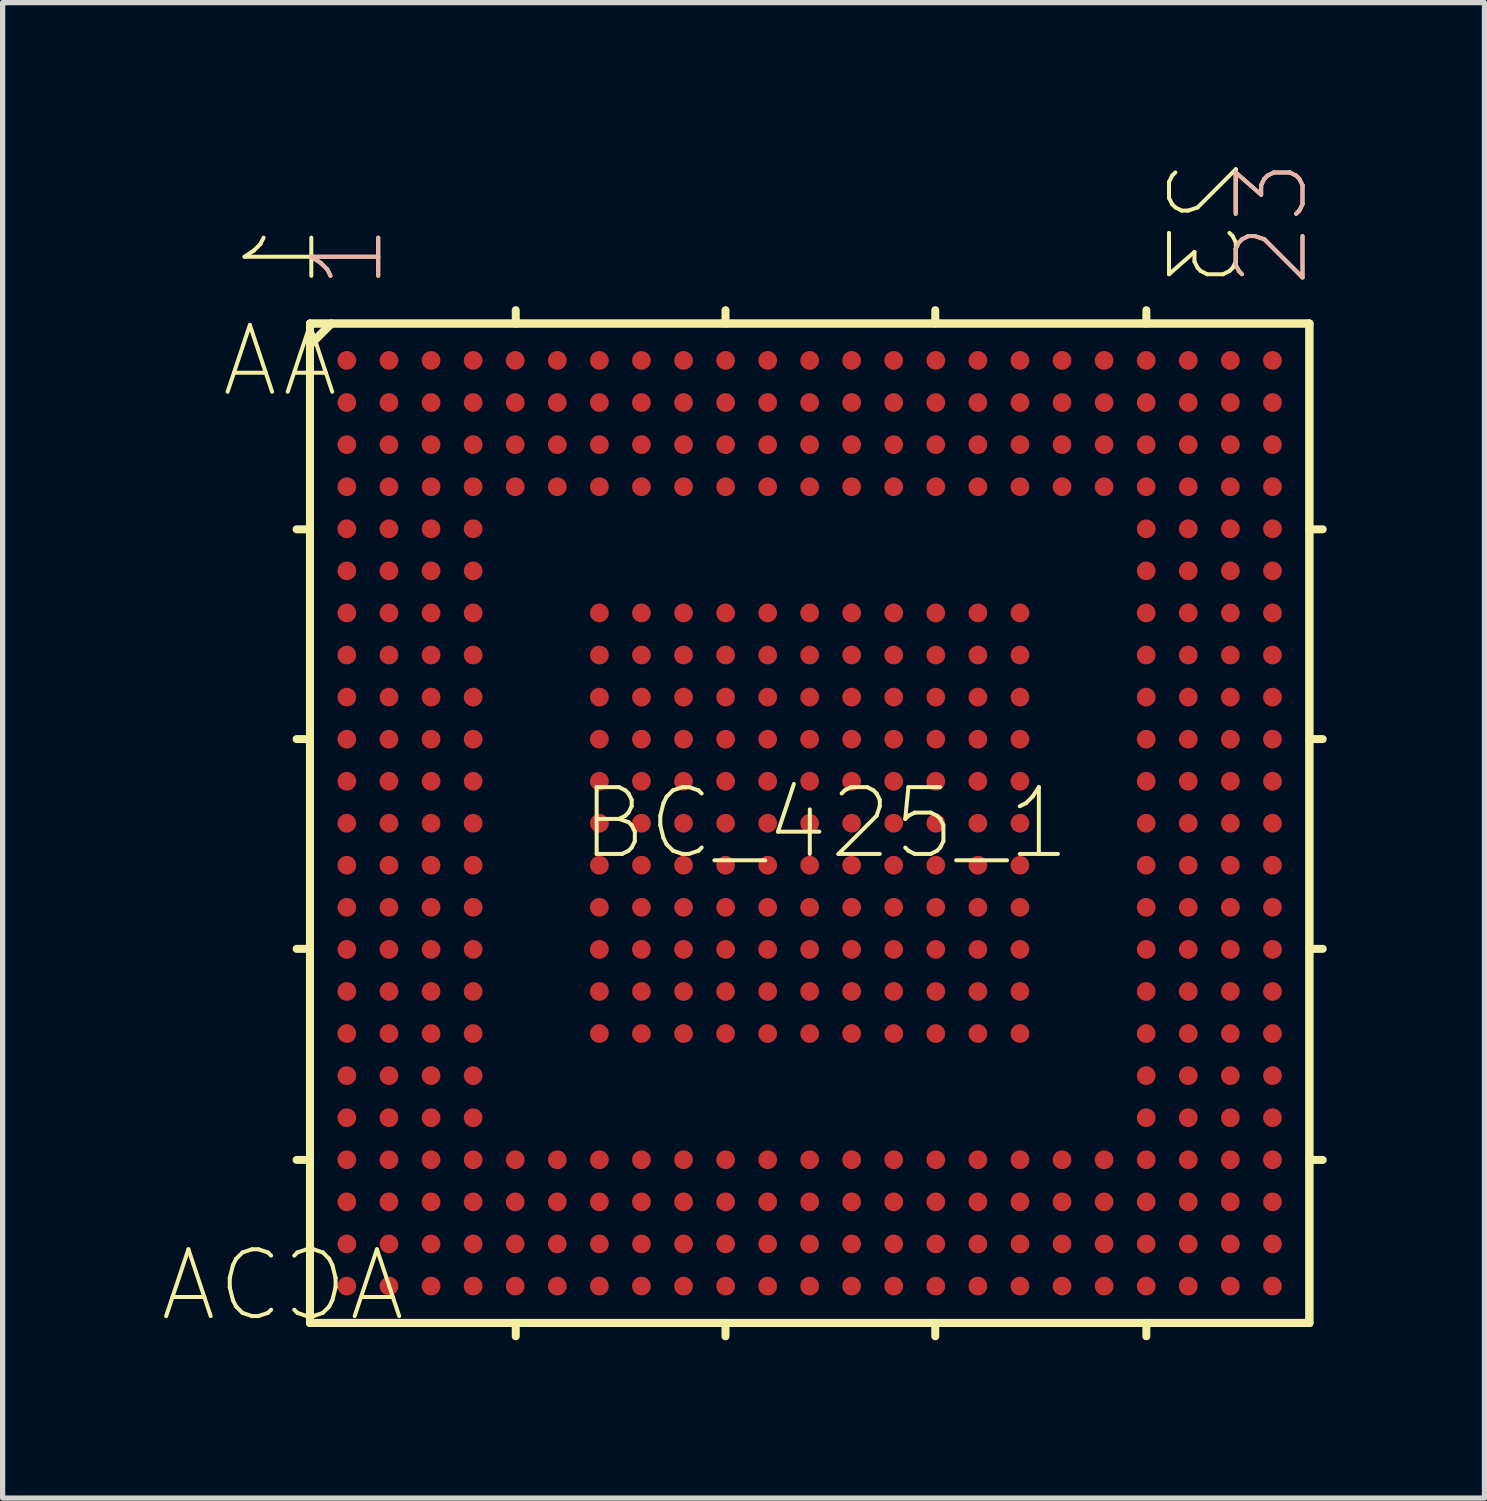
<source format=kicad_pcb>
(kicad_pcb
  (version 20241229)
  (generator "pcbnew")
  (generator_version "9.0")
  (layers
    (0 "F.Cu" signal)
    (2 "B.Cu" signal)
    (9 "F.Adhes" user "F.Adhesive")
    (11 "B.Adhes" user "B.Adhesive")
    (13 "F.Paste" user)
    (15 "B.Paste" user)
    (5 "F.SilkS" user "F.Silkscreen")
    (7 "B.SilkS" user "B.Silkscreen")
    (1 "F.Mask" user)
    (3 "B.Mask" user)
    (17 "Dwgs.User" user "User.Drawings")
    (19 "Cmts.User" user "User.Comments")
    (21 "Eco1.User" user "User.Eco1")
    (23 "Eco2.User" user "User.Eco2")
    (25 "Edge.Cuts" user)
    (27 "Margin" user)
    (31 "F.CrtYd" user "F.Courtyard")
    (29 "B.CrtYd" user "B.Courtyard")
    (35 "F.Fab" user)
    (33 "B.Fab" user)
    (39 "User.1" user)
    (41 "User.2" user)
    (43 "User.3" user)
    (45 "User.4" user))
  (footprint "BC_425_1"
    (layer "F.Cu")
    (at 12.343 12.601)
    (property "Reference" "BC_425_1" (at 0.305 0 0) (layer "F.SilkS") (effects (font (size 1.27 1.27) (thickness 0.076))))
    (attr smd)
    (fp_line (start -9.5 -9.5) (end -9.5 9.5) (stroke (width 0.152) (type solid)) (layer "F.SilkS"))
    (fp_line (start -9.5 -9.5) (end -9.5 9.5) (stroke (width 0.152) (type solid)) (layer "F.SilkS"))
    (fp_line (start -9.5 -5.588) (end -9.754 -5.588) (stroke (width 0.152) (type solid)) (layer "F.SilkS"))
    (fp_line (start -9.5 -1.6) (end -9.754 -1.6) (stroke (width 0.152) (type solid)) (layer "F.SilkS"))
    (fp_line (start -9.5 2.388) (end -9.754 2.388) (stroke (width 0.152) (type solid)) (layer "F.SilkS"))
    (fp_line (start -9.5 6.401) (end -9.754 6.401) (stroke (width 0.152) (type solid)) (layer "F.SilkS"))
    (fp_line (start -9.5 9.5) (end 9.5 9.5) (stroke (width 0.152) (type solid)) (layer "F.SilkS"))
    (fp_line (start -9.5 9.5) (end 9.5 9.5) (stroke (width 0.152) (type solid)) (layer "F.SilkS"))
    (fp_line (start -9.093 -9.5) (end -9.5 -9.093) (stroke (width 0.152) (type solid)) (layer "F.SilkS"))
    (fp_line (start -9.093 -9.5) (end -9.5 -9.093) (stroke (width 0.152) (type solid)) (layer "F.SilkS"))
    (fp_line (start -5.588 -9.5) (end -5.588 -9.754) (stroke (width 0.152) (type solid)) (layer "F.SilkS"))
    (fp_line (start -5.588 9.5) (end -5.588 9.754) (stroke (width 0.152) (type solid)) (layer "F.SilkS"))
    (fp_line (start -1.6 -9.5) (end -1.6 -9.754) (stroke (width 0.152) (type solid)) (layer "F.SilkS"))
    (fp_line (start -1.6 9.5) (end -1.6 9.754) (stroke (width 0.152) (type solid)) (layer "F.SilkS"))
    (fp_line (start 2.388 -9.5) (end 2.388 -9.754) (stroke (width 0.152) (type solid)) (layer "F.SilkS"))
    (fp_line (start 2.388 9.5) (end 2.388 9.754) (stroke (width 0.152) (type solid)) (layer "F.SilkS"))
    (fp_line (start 6.401 -9.5) (end 6.401 -9.754) (stroke (width 0.152) (type solid)) (layer "F.SilkS"))
    (fp_line (start 6.401 9.5) (end 6.401 9.754) (stroke (width 0.152) (type solid)) (layer "F.SilkS"))
    (fp_line (start 9.5 -9.5) (end -9.5 -9.5) (stroke (width 0.152) (type solid)) (layer "F.SilkS"))
    (fp_line (start 9.5 -9.5) (end -9.5 -9.5) (stroke (width 0.152) (type solid)) (layer "F.SilkS"))
    (fp_line (start 9.5 -5.588) (end 9.754 -5.588) (stroke (width 0.152) (type solid)) (layer "F.SilkS"))
    (fp_line (start 9.5 -1.6) (end 9.754 -1.6) (stroke (width 0.152) (type solid)) (layer "F.SilkS"))
    (fp_line (start 9.5 2.388) (end 9.754 2.388) (stroke (width 0.152) (type solid)) (layer "F.SilkS"))
    (fp_line (start 9.5 6.401) (end 9.754 6.401) (stroke (width 0.152) (type solid)) (layer "F.SilkS"))
    (fp_line (start 9.5 9.5) (end 9.5 -9.5) (stroke (width 0.152) (type solid)) (layer "F.SilkS"))
    (fp_line (start 9.5 9.5) (end 9.5 -9.5) (stroke (width 0.152) (type solid)) (layer "F.SilkS"))
    (fp_text user "23" (at 8.786 -11.405 90) (layer "F.SilkS") (effects (font (size 1.27 1.27) (thickness 0.076))))
    (fp_text user "A" (at -10.643 -8.786 0) (layer "F.SilkS") (effects (font (size 1.27 1.27) (thickness 0.076))))
    (fp_text user "A" (at -9.5 -8.786 0) (layer "F.SilkS") (effects (font (size 1.27 1.27) (thickness 0.076)) (justify mirror)))
    (fp_text user "AC" (at -8.862 8.786 0) (layer "F.SilkS") (effects (font (size 1.27 1.27) (thickness 0.076)) (justify mirror)))
    (fp_text user "1" (at -10.058 -10.77 90) (layer "F.SilkS") (effects (font (size 1.27 1.27) (thickness 0.076)) (justify mirror)))
    (fp_text user "23" (at 7.518 -11.405 90) (layer "F.SilkS") (effects (font (size 1.27 1.27) (thickness 0.076)) (justify mirror)))
    (fp_text user "AC" (at -11.176 8.786 0) (layer "F.SilkS") (effects (font (size 1.27 1.27) (thickness 0.076))))
    (fp_text user "1" (at -8.786 -10.77 90) (layer "F.SilkS") (effects (font (size 1.27 1.27) (thickness 0.076))))
    (fp_text user "23" (at 8.786 -11.405 90) (layer "B.SilkS") (effects (font (size 1.27 1.27) (thickness 0.076))))
    (fp_text user "1" (at -8.786 -10.77 90) (layer "B.SilkS") (effects (font (size 1.27 1.27) (thickness 0.076))))
    (pad "A1" smd circle (at -8.799 -8.799) (size 0.356 0.356) (layers "F.Cu" "F.Mask" "F.Paste"))
    (pad "A2" smd circle (at -7.998 -8.799) (size 0.356 0.356) (layers "F.Cu" "F.Mask" "F.Paste"))
    (pad "A3" smd circle (at -7.198 -8.799) (size 0.356 0.356) (layers "F.Cu" "F.Mask" "F.Paste"))
    (pad "A4" smd circle (at -6.398 -8.799) (size 0.356 0.356) (layers "F.Cu" "F.Mask" "F.Paste"))
    (pad "A5" smd circle (at -5.598 -8.799) (size 0.356 0.356) (layers "F.Cu" "F.Mask" "F.Paste"))
    (pad "A6" smd circle (at -4.798 -8.799) (size 0.356 0.356) (layers "F.Cu" "F.Mask" "F.Paste"))
    (pad "A7" smd circle (at -3.998 -8.799) (size 0.356 0.356) (layers "F.Cu" "F.Mask" "F.Paste"))
    (pad "A8" smd circle (at -3.198 -8.799) (size 0.356 0.356) (layers "F.Cu" "F.Mask" "F.Paste"))
    (pad "A9" smd circle (at -2.398 -8.799) (size 0.356 0.356) (layers "F.Cu" "F.Mask" "F.Paste"))
    (pad "A10" smd circle (at -1.598 -8.799) (size 0.356 0.356) (layers "F.Cu" "F.Mask" "F.Paste"))
    (pad "A11" smd circle (at -0.798 -8.799) (size 0.356 0.356) (layers "F.Cu" "F.Mask" "F.Paste"))
    (pad "A12" smd circle (at 0 -8.799) (size 0.356 0.356) (layers "F.Cu" "F.Mask" "F.Paste"))
    (pad "A13" smd circle (at 0.798 -8.799) (size 0.356 0.356) (layers "F.Cu" "F.Mask" "F.Paste"))
    (pad "A14" smd circle (at 1.598 -8.799) (size 0.356 0.356) (layers "F.Cu" "F.Mask" "F.Paste"))
    (pad "A15" smd circle (at 2.398 -8.799) (size 0.356 0.356) (layers "F.Cu" "F.Mask" "F.Paste"))
    (pad "A16" smd circle (at 3.198 -8.799) (size 0.356 0.356) (layers "F.Cu" "F.Mask" "F.Paste"))
    (pad "A17" smd circle (at 3.998 -8.799) (size 0.356 0.356) (layers "F.Cu" "F.Mask" "F.Paste"))
    (pad "A18" smd circle (at 4.798 -8.799) (size 0.356 0.356) (layers "F.Cu" "F.Mask" "F.Paste"))
    (pad "A19" smd circle (at 5.598 -8.799) (size 0.356 0.356) (layers "F.Cu" "F.Mask" "F.Paste"))
    (pad "A20" smd circle (at 6.398 -8.799) (size 0.356 0.356) (layers "F.Cu" "F.Mask" "F.Paste"))
    (pad "A21" smd circle (at 7.198 -8.799) (size 0.356 0.356) (layers "F.Cu" "F.Mask" "F.Paste"))
    (pad "A22" smd circle (at 7.998 -8.799) (size 0.356 0.356) (layers "F.Cu" "F.Mask" "F.Paste"))
    (pad "A23" smd circle (at 8.799 -8.799) (size 0.356 0.356) (layers "F.Cu" "F.Mask" "F.Paste"))
    (pad "AA1" smd circle (at -8.799 7.198) (size 0.356 0.356) (layers "F.Cu" "F.Mask" "F.Paste"))
    (pad "AA2" smd circle (at -7.998 7.198) (size 0.356 0.356) (layers "F.Cu" "F.Mask" "F.Paste"))
    (pad "AA3" smd circle (at -7.198 7.198) (size 0.356 0.356) (layers "F.Cu" "F.Mask" "F.Paste"))
    (pad "AA4" smd circle (at -6.398 7.198) (size 0.356 0.356) (layers "F.Cu" "F.Mask" "F.Paste"))
    (pad "AA5" smd circle (at -5.598 7.198) (size 0.356 0.356) (layers "F.Cu" "F.Mask" "F.Paste"))
    (pad "AA6" smd circle (at -4.798 7.198) (size 0.356 0.356) (layers "F.Cu" "F.Mask" "F.Paste"))
    (pad "AA7" smd circle (at -3.998 7.198) (size 0.356 0.356) (layers "F.Cu" "F.Mask" "F.Paste"))
    (pad "AA8" smd circle (at -3.198 7.198) (size 0.356 0.356) (layers "F.Cu" "F.Mask" "F.Paste"))
    (pad "AA9" smd circle (at -2.398 7.198) (size 0.356 0.356) (layers "F.Cu" "F.Mask" "F.Paste"))
    (pad "AA10" smd circle (at -1.598 7.198) (size 0.356 0.356) (layers "F.Cu" "F.Mask" "F.Paste"))
    (pad "AA11" smd circle (at -0.798 7.198) (size 0.356 0.356) (layers "F.Cu" "F.Mask" "F.Paste"))
    (pad "AA12" smd circle (at 0 7.198) (size 0.356 0.356) (layers "F.Cu" "F.Mask" "F.Paste"))
    (pad "AA13" smd circle (at 0.798 7.198) (size 0.356 0.356) (layers "F.Cu" "F.Mask" "F.Paste"))
    (pad "AA14" smd circle (at 1.598 7.198) (size 0.356 0.356) (layers "F.Cu" "F.Mask" "F.Paste"))
    (pad "AA15" smd circle (at 2.398 7.198) (size 0.356 0.356) (layers "F.Cu" "F.Mask" "F.Paste"))
    (pad "AA16" smd circle (at 3.198 7.198) (size 0.356 0.356) (layers "F.Cu" "F.Mask" "F.Paste"))
    (pad "AA17" smd circle (at 3.998 7.198) (size 0.356 0.356) (layers "F.Cu" "F.Mask" "F.Paste"))
    (pad "AA18" smd circle (at 4.798 7.198) (size 0.356 0.356) (layers "F.Cu" "F.Mask" "F.Paste"))
    (pad "AA19" smd circle (at 5.598 7.198) (size 0.356 0.356) (layers "F.Cu" "F.Mask" "F.Paste"))
    (pad "AA20" smd circle (at 6.398 7.198) (size 0.356 0.356) (layers "F.Cu" "F.Mask" "F.Paste"))
    (pad "AA21" smd circle (at 7.198 7.198) (size 0.356 0.356) (layers "F.Cu" "F.Mask" "F.Paste"))
    (pad "AA22" smd circle (at 7.998 7.198) (size 0.356 0.356) (layers "F.Cu" "F.Mask" "F.Paste"))
    (pad "AA23" smd circle (at 8.799 7.198) (size 0.356 0.356) (layers "F.Cu" "F.Mask" "F.Paste"))
    (pad "AB1" smd circle (at -8.799 7.998) (size 0.356 0.356) (layers "F.Cu" "F.Mask" "F.Paste"))
    (pad "AB2" smd circle (at -7.998 7.998) (size 0.356 0.356) (layers "F.Cu" "F.Mask" "F.Paste"))
    (pad "AB3" smd circle (at -7.198 7.998) (size 0.356 0.356) (layers "F.Cu" "F.Mask" "F.Paste"))
    (pad "AB4" smd circle (at -6.398 7.998) (size 0.356 0.356) (layers "F.Cu" "F.Mask" "F.Paste"))
    (pad "AB5" smd circle (at -5.598 7.998) (size 0.356 0.356) (layers "F.Cu" "F.Mask" "F.Paste"))
    (pad "AB6" smd circle (at -4.798 7.998) (size 0.356 0.356) (layers "F.Cu" "F.Mask" "F.Paste"))
    (pad "AB7" smd circle (at -3.998 7.998) (size 0.356 0.356) (layers "F.Cu" "F.Mask" "F.Paste"))
    (pad "AB8" smd circle (at -3.198 7.998) (size 0.356 0.356) (layers "F.Cu" "F.Mask" "F.Paste"))
    (pad "AB9" smd circle (at -2.398 7.998) (size 0.356 0.356) (layers "F.Cu" "F.Mask" "F.Paste"))
    (pad "AB10" smd circle (at -1.598 7.998) (size 0.356 0.356) (layers "F.Cu" "F.Mask" "F.Paste"))
    (pad "AB11" smd circle (at -0.798 7.998) (size 0.356 0.356) (layers "F.Cu" "F.Mask" "F.Paste"))
    (pad "AB12" smd circle (at 0 7.998) (size 0.356 0.356) (layers "F.Cu" "F.Mask" "F.Paste"))
    (pad "AB13" smd circle (at 0.798 7.998) (size 0.356 0.356) (layers "F.Cu" "F.Mask" "F.Paste"))
    (pad "AB14" smd circle (at 1.598 7.998) (size 0.356 0.356) (layers "F.Cu" "F.Mask" "F.Paste"))
    (pad "AB15" smd circle (at 2.398 7.998) (size 0.356 0.356) (layers "F.Cu" "F.Mask" "F.Paste"))
    (pad "AB16" smd circle (at 3.198 7.998) (size 0.356 0.356) (layers "F.Cu" "F.Mask" "F.Paste"))
    (pad "AB17" smd circle (at 3.998 7.998) (size 0.356 0.356) (layers "F.Cu" "F.Mask" "F.Paste"))
    (pad "AB18" smd circle (at 4.798 7.998) (size 0.356 0.356) (layers "F.Cu" "F.Mask" "F.Paste"))
    (pad "AB19" smd circle (at 5.598 7.998) (size 0.356 0.356) (layers "F.Cu" "F.Mask" "F.Paste"))
    (pad "AB20" smd circle (at 6.398 7.998) (size 0.356 0.356) (layers "F.Cu" "F.Mask" "F.Paste"))
    (pad "AB21" smd circle (at 7.198 7.998) (size 0.356 0.356) (layers "F.Cu" "F.Mask" "F.Paste"))
    (pad "AB22" smd circle (at 7.998 7.998) (size 0.356 0.356) (layers "F.Cu" "F.Mask" "F.Paste"))
    (pad "AB23" smd circle (at 8.799 7.998) (size 0.356 0.356) (layers "F.Cu" "F.Mask" "F.Paste"))
    (pad "AC1" smd circle (at -8.799 8.799) (size 0.356 0.356) (layers "F.Cu" "F.Mask" "F.Paste"))
    (pad "AC2" smd circle (at -7.998 8.799) (size 0.356 0.356) (layers "F.Cu" "F.Mask" "F.Paste"))
    (pad "AC3" smd circle (at -7.198 8.799) (size 0.356 0.356) (layers "F.Cu" "F.Mask" "F.Paste"))
    (pad "AC4" smd circle (at -6.398 8.799) (size 0.356 0.356) (layers "F.Cu" "F.Mask" "F.Paste"))
    (pad "AC5" smd circle (at -5.598 8.799) (size 0.356 0.356) (layers "F.Cu" "F.Mask" "F.Paste"))
    (pad "AC6" smd circle (at -4.798 8.799) (size 0.356 0.356) (layers "F.Cu" "F.Mask" "F.Paste"))
    (pad "AC7" smd circle (at -3.998 8.799) (size 0.356 0.356) (layers "F.Cu" "F.Mask" "F.Paste"))
    (pad "AC8" smd circle (at -3.198 8.799) (size 0.356 0.356) (layers "F.Cu" "F.Mask" "F.Paste"))
    (pad "AC9" smd circle (at -2.398 8.799) (size 0.356 0.356) (layers "F.Cu" "F.Mask" "F.Paste"))
    (pad "AC10" smd circle (at -1.598 8.799) (size 0.356 0.356) (layers "F.Cu" "F.Mask" "F.Paste"))
    (pad "AC11" smd circle (at -0.798 8.799) (size 0.356 0.356) (layers "F.Cu" "F.Mask" "F.Paste"))
    (pad "AC12" smd circle (at 0 8.799) (size 0.356 0.356) (layers "F.Cu" "F.Mask" "F.Paste"))
    (pad "AC13" smd circle (at 0.798 8.799) (size 0.356 0.356) (layers "F.Cu" "F.Mask" "F.Paste"))
    (pad "AC14" smd circle (at 1.598 8.799) (size 0.356 0.356) (layers "F.Cu" "F.Mask" "F.Paste"))
    (pad "AC15" smd circle (at 2.398 8.799) (size 0.356 0.356) (layers "F.Cu" "F.Mask" "F.Paste"))
    (pad "AC16" smd circle (at 3.198 8.799) (size 0.356 0.356) (layers "F.Cu" "F.Mask" "F.Paste"))
    (pad "AC17" smd circle (at 3.998 8.799) (size 0.356 0.356) (layers "F.Cu" "F.Mask" "F.Paste"))
    (pad "AC18" smd circle (at 4.798 8.799) (size 0.356 0.356) (layers "F.Cu" "F.Mask" "F.Paste"))
    (pad "AC19" smd circle (at 5.598 8.799) (size 0.356 0.356) (layers "F.Cu" "F.Mask" "F.Paste"))
    (pad "AC20" smd circle (at 6.398 8.799) (size 0.356 0.356) (layers "F.Cu" "F.Mask" "F.Paste"))
    (pad "AC21" smd circle (at 7.198 8.799) (size 0.356 0.356) (layers "F.Cu" "F.Mask" "F.Paste"))
    (pad "AC22" smd circle (at 7.998 8.799) (size 0.356 0.356) (layers "F.Cu" "F.Mask" "F.Paste"))
    (pad "AC23" smd circle (at 8.799 8.799) (size 0.356 0.356) (layers "F.Cu" "F.Mask" "F.Paste"))
    (pad "B1" smd circle (at -8.799 -7.998) (size 0.356 0.356) (layers "F.Cu" "F.Mask" "F.Paste"))
    (pad "B2" smd circle (at -7.998 -7.998) (size 0.356 0.356) (layers "F.Cu" "F.Mask" "F.Paste"))
    (pad "B3" smd circle (at -7.198 -7.998) (size 0.356 0.356) (layers "F.Cu" "F.Mask" "F.Paste"))
    (pad "B4" smd circle (at -6.398 -7.998) (size 0.356 0.356) (layers "F.Cu" "F.Mask" "F.Paste"))
    (pad "B5" smd circle (at -5.598 -7.998) (size 0.356 0.356) (layers "F.Cu" "F.Mask" "F.Paste"))
    (pad "B6" smd circle (at -4.798 -7.998) (size 0.356 0.356) (layers "F.Cu" "F.Mask" "F.Paste"))
    (pad "B7" smd circle (at -3.998 -7.998) (size 0.356 0.356) (layers "F.Cu" "F.Mask" "F.Paste"))
    (pad "B8" smd circle (at -3.198 -7.998) (size 0.356 0.356) (layers "F.Cu" "F.Mask" "F.Paste"))
    (pad "B9" smd circle (at -2.398 -7.998) (size 0.356 0.356) (layers "F.Cu" "F.Mask" "F.Paste"))
    (pad "B10" smd circle (at -1.598 -7.998) (size 0.356 0.356) (layers "F.Cu" "F.Mask" "F.Paste"))
    (pad "B11" smd circle (at -0.798 -7.998) (size 0.356 0.356) (layers "F.Cu" "F.Mask" "F.Paste"))
    (pad "B12" smd circle (at 0 -7.998) (size 0.356 0.356) (layers "F.Cu" "F.Mask" "F.Paste"))
    (pad "B13" smd circle (at 0.798 -7.998) (size 0.356 0.356) (layers "F.Cu" "F.Mask" "F.Paste"))
    (pad "B14" smd circle (at 1.598 -7.998) (size 0.356 0.356) (layers "F.Cu" "F.Mask" "F.Paste"))
    (pad "B15" smd circle (at 2.398 -7.998) (size 0.356 0.356) (layers "F.Cu" "F.Mask" "F.Paste"))
    (pad "B16" smd circle (at 3.198 -7.998) (size 0.356 0.356) (layers "F.Cu" "F.Mask" "F.Paste"))
    (pad "B17" smd circle (at 3.998 -7.998) (size 0.356 0.356) (layers "F.Cu" "F.Mask" "F.Paste"))
    (pad "B18" smd circle (at 4.798 -7.998) (size 0.356 0.356) (layers "F.Cu" "F.Mask" "F.Paste"))
    (pad "B19" smd circle (at 5.598 -7.998) (size 0.356 0.356) (layers "F.Cu" "F.Mask" "F.Paste"))
    (pad "B20" smd circle (at 6.398 -7.998) (size 0.356 0.356) (layers "F.Cu" "F.Mask" "F.Paste"))
    (pad "B21" smd circle (at 7.198 -7.998) (size 0.356 0.356) (layers "F.Cu" "F.Mask" "F.Paste"))
    (pad "B22" smd circle (at 7.998 -7.998) (size 0.356 0.356) (layers "F.Cu" "F.Mask" "F.Paste"))
    (pad "B23" smd circle (at 8.799 -7.998) (size 0.356 0.356) (layers "F.Cu" "F.Mask" "F.Paste"))
    (pad "C1" smd circle (at -8.799 -7.198) (size 0.356 0.356) (layers "F.Cu" "F.Mask" "F.Paste"))
    (pad "C2" smd circle (at -7.998 -7.198) (size 0.356 0.356) (layers "F.Cu" "F.Mask" "F.Paste"))
    (pad "C3" smd circle (at -7.198 -7.198) (size 0.356 0.356) (layers "F.Cu" "F.Mask" "F.Paste"))
    (pad "C4" smd circle (at -6.398 -7.198) (size 0.356 0.356) (layers "F.Cu" "F.Mask" "F.Paste"))
    (pad "C5" smd circle (at -5.598 -7.198) (size 0.356 0.356) (layers "F.Cu" "F.Mask" "F.Paste"))
    (pad "C6" smd circle (at -4.798 -7.198) (size 0.356 0.356) (layers "F.Cu" "F.Mask" "F.Paste"))
    (pad "C7" smd circle (at -3.998 -7.198) (size 0.356 0.356) (layers "F.Cu" "F.Mask" "F.Paste"))
    (pad "C8" smd circle (at -3.198 -7.198) (size 0.356 0.356) (layers "F.Cu" "F.Mask" "F.Paste"))
    (pad "C9" smd circle (at -2.398 -7.198) (size 0.356 0.356) (layers "F.Cu" "F.Mask" "F.Paste"))
    (pad "C10" smd circle (at -1.598 -7.198) (size 0.356 0.356) (layers "F.Cu" "F.Mask" "F.Paste"))
    (pad "C11" smd circle (at -0.798 -7.198) (size 0.356 0.356) (layers "F.Cu" "F.Mask" "F.Paste"))
    (pad "C12" smd circle (at 0 -7.198) (size 0.356 0.356) (layers "F.Cu" "F.Mask" "F.Paste"))
    (pad "C13" smd circle (at 0.798 -7.198) (size 0.356 0.356) (layers "F.Cu" "F.Mask" "F.Paste"))
    (pad "C14" smd circle (at 1.598 -7.198) (size 0.356 0.356) (layers "F.Cu" "F.Mask" "F.Paste"))
    (pad "C15" smd circle (at 2.398 -7.198) (size 0.356 0.356) (layers "F.Cu" "F.Mask" "F.Paste"))
    (pad "C16" smd circle (at 3.198 -7.198) (size 0.356 0.356) (layers "F.Cu" "F.Mask" "F.Paste"))
    (pad "C17" smd circle (at 3.998 -7.198) (size 0.356 0.356) (layers "F.Cu" "F.Mask" "F.Paste"))
    (pad "C18" smd circle (at 4.798 -7.198) (size 0.356 0.356) (layers "F.Cu" "F.Mask" "F.Paste"))
    (pad "C19" smd circle (at 5.598 -7.198) (size 0.356 0.356) (layers "F.Cu" "F.Mask" "F.Paste"))
    (pad "C20" smd circle (at 6.398 -7.198) (size 0.356 0.356) (layers "F.Cu" "F.Mask" "F.Paste"))
    (pad "C21" smd circle (at 7.198 -7.198) (size 0.356 0.356) (layers "F.Cu" "F.Mask" "F.Paste"))
    (pad "C22" smd circle (at 7.998 -7.198) (size 0.356 0.356) (layers "F.Cu" "F.Mask" "F.Paste"))
    (pad "C23" smd circle (at 8.799 -7.198) (size 0.356 0.356) (layers "F.Cu" "F.Mask" "F.Paste"))
    (pad "D1" smd circle (at -8.799 -6.398) (size 0.356 0.356) (layers "F.Cu" "F.Mask" "F.Paste"))
    (pad "D2" smd circle (at -7.998 -6.398) (size 0.356 0.356) (layers "F.Cu" "F.Mask" "F.Paste"))
    (pad "D3" smd circle (at -7.198 -6.398) (size 0.356 0.356) (layers "F.Cu" "F.Mask" "F.Paste"))
    (pad "D4" smd circle (at -6.398 -6.398) (size 0.356 0.356) (layers "F.Cu" "F.Mask" "F.Paste"))
    (pad "D5" smd circle (at -5.598 -6.398) (size 0.356 0.356) (layers "F.Cu" "F.Mask" "F.Paste"))
    (pad "D6" smd circle (at -4.798 -6.398) (size 0.356 0.356) (layers "F.Cu" "F.Mask" "F.Paste"))
    (pad "D7" smd circle (at -3.998 -6.398) (size 0.356 0.356) (layers "F.Cu" "F.Mask" "F.Paste"))
    (pad "D8" smd circle (at -3.198 -6.398) (size 0.356 0.356) (layers "F.Cu" "F.Mask" "F.Paste"))
    (pad "D9" smd circle (at -2.398 -6.398) (size 0.356 0.356) (layers "F.Cu" "F.Mask" "F.Paste"))
    (pad "D10" smd circle (at -1.598 -6.398) (size 0.356 0.356) (layers "F.Cu" "F.Mask" "F.Paste"))
    (pad "D11" smd circle (at -0.798 -6.398) (size 0.356 0.356) (layers "F.Cu" "F.Mask" "F.Paste"))
    (pad "D12" smd circle (at 0 -6.398) (size 0.356 0.356) (layers "F.Cu" "F.Mask" "F.Paste"))
    (pad "D13" smd circle (at 0.798 -6.398) (size 0.356 0.356) (layers "F.Cu" "F.Mask" "F.Paste"))
    (pad "D14" smd circle (at 1.598 -6.398) (size 0.356 0.356) (layers "F.Cu" "F.Mask" "F.Paste"))
    (pad "D15" smd circle (at 2.398 -6.398) (size 0.356 0.356) (layers "F.Cu" "F.Mask" "F.Paste"))
    (pad "D16" smd circle (at 3.198 -6.398) (size 0.356 0.356) (layers "F.Cu" "F.Mask" "F.Paste"))
    (pad "D17" smd circle (at 3.998 -6.398) (size 0.356 0.356) (layers "F.Cu" "F.Mask" "F.Paste"))
    (pad "D18" smd circle (at 4.798 -6.398) (size 0.356 0.356) (layers "F.Cu" "F.Mask" "F.Paste"))
    (pad "D19" smd circle (at 5.598 -6.398) (size 0.356 0.356) (layers "F.Cu" "F.Mask" "F.Paste"))
    (pad "D20" smd circle (at 6.398 -6.398) (size 0.356 0.356) (layers "F.Cu" "F.Mask" "F.Paste"))
    (pad "D21" smd circle (at 7.198 -6.398) (size 0.356 0.356) (layers "F.Cu" "F.Mask" "F.Paste"))
    (pad "D22" smd circle (at 7.998 -6.398) (size 0.356 0.356) (layers "F.Cu" "F.Mask" "F.Paste"))
    (pad "D23" smd circle (at 8.799 -6.398) (size 0.356 0.356) (layers "F.Cu" "F.Mask" "F.Paste"))
    (pad "E1" smd circle (at -8.799 -5.598) (size 0.356 0.356) (layers "F.Cu" "F.Mask" "F.Paste"))
    (pad "E2" smd circle (at -7.998 -5.598) (size 0.356 0.356) (layers "F.Cu" "F.Mask" "F.Paste"))
    (pad "E3" smd circle (at -7.198 -5.598) (size 0.356 0.356) (layers "F.Cu" "F.Mask" "F.Paste"))
    (pad "E4" smd circle (at -6.398 -5.598) (size 0.356 0.356) (layers "F.Cu" "F.Mask" "F.Paste"))
    (pad "E20" smd circle (at 6.398 -5.598) (size 0.356 0.356) (layers "F.Cu" "F.Mask" "F.Paste"))
    (pad "E21" smd circle (at 7.198 -5.598) (size 0.356 0.356) (layers "F.Cu" "F.Mask" "F.Paste"))
    (pad "E22" smd circle (at 7.998 -5.598) (size 0.356 0.356) (layers "F.Cu" "F.Mask" "F.Paste"))
    (pad "E23" smd circle (at 8.799 -5.598) (size 0.356 0.356) (layers "F.Cu" "F.Mask" "F.Paste"))
    (pad "F1" smd circle (at -8.799 -4.798) (size 0.356 0.356) (layers "F.Cu" "F.Mask" "F.Paste"))
    (pad "F2" smd circle (at -7.998 -4.798) (size 0.356 0.356) (layers "F.Cu" "F.Mask" "F.Paste"))
    (pad "F3" smd circle (at -7.198 -4.798) (size 0.356 0.356) (layers "F.Cu" "F.Mask" "F.Paste"))
    (pad "F4" smd circle (at -6.398 -4.798) (size 0.356 0.356) (layers "F.Cu" "F.Mask" "F.Paste"))
    (pad "F20" smd circle (at 6.398 -4.798) (size 0.356 0.356) (layers "F.Cu" "F.Mask" "F.Paste"))
    (pad "F21" smd circle (at 7.198 -4.798) (size 0.356 0.356) (layers "F.Cu" "F.Mask" "F.Paste"))
    (pad "F22" smd circle (at 7.998 -4.798) (size 0.356 0.356) (layers "F.Cu" "F.Mask" "F.Paste"))
    (pad "F23" smd circle (at 8.799 -4.798) (size 0.356 0.356) (layers "F.Cu" "F.Mask" "F.Paste"))
    (pad "G1" smd circle (at -8.799 -3.998) (size 0.356 0.356) (layers "F.Cu" "F.Mask" "F.Paste"))
    (pad "G2" smd circle (at -7.998 -3.998) (size 0.356 0.356) (layers "F.Cu" "F.Mask" "F.Paste"))
    (pad "G3" smd circle (at -7.198 -3.998) (size 0.356 0.356) (layers "F.Cu" "F.Mask" "F.Paste"))
    (pad "G4" smd circle (at -6.398 -3.998) (size 0.356 0.356) (layers "F.Cu" "F.Mask" "F.Paste"))
    (pad "G7" smd circle (at -3.998 -3.998) (size 0.356 0.356) (layers "F.Cu" "F.Mask" "F.Paste"))
    (pad "G8" smd circle (at -3.198 -3.998) (size 0.356 0.356) (layers "F.Cu" "F.Mask" "F.Paste"))
    (pad "G9" smd circle (at -2.398 -3.998) (size 0.356 0.356) (layers "F.Cu" "F.Mask" "F.Paste"))
    (pad "G10" smd circle (at -1.598 -3.998) (size 0.356 0.356) (layers "F.Cu" "F.Mask" "F.Paste"))
    (pad "G11" smd circle (at -0.798 -3.998) (size 0.356 0.356) (layers "F.Cu" "F.Mask" "F.Paste"))
    (pad "G12" smd circle (at 0 -3.998) (size 0.356 0.356) (layers "F.Cu" "F.Mask" "F.Paste"))
    (pad "G13" smd circle (at 0.798 -3.998) (size 0.356 0.356) (layers "F.Cu" "F.Mask" "F.Paste"))
    (pad "G14" smd circle (at 1.598 -3.998) (size 0.356 0.356) (layers "F.Cu" "F.Mask" "F.Paste"))
    (pad "G15" smd circle (at 2.398 -3.998) (size 0.356 0.356) (layers "F.Cu" "F.Mask" "F.Paste"))
    (pad "G16" smd circle (at 3.198 -3.998) (size 0.356 0.356) (layers "F.Cu" "F.Mask" "F.Paste"))
    (pad "G17" smd circle (at 3.998 -3.998) (size 0.356 0.356) (layers "F.Cu" "F.Mask" "F.Paste"))
    (pad "G20" smd circle (at 6.398 -3.998) (size 0.356 0.356) (layers "F.Cu" "F.Mask" "F.Paste"))
    (pad "G21" smd circle (at 7.198 -3.998) (size 0.356 0.356) (layers "F.Cu" "F.Mask" "F.Paste"))
    (pad "G22" smd circle (at 7.998 -3.998) (size 0.356 0.356) (layers "F.Cu" "F.Mask" "F.Paste"))
    (pad "G23" smd circle (at 8.799 -3.998) (size 0.356 0.356) (layers "F.Cu" "F.Mask" "F.Paste"))
    (pad "H1" smd circle (at -8.799 -3.198) (size 0.356 0.356) (layers "F.Cu" "F.Mask" "F.Paste"))
    (pad "H2" smd circle (at -7.998 -3.198) (size 0.356 0.356) (layers "F.Cu" "F.Mask" "F.Paste"))
    (pad "H3" smd circle (at -7.198 -3.198) (size 0.356 0.356) (layers "F.Cu" "F.Mask" "F.Paste"))
    (pad "H4" smd circle (at -6.398 -3.198) (size 0.356 0.356) (layers "F.Cu" "F.Mask" "F.Paste"))
    (pad "H7" smd circle (at -3.998 -3.198) (size 0.356 0.356) (layers "F.Cu" "F.Mask" "F.Paste"))
    (pad "H8" smd circle (at -3.198 -3.198) (size 0.356 0.356) (layers "F.Cu" "F.Mask" "F.Paste"))
    (pad "H9" smd circle (at -2.398 -3.198) (size 0.356 0.356) (layers "F.Cu" "F.Mask" "F.Paste"))
    (pad "H10" smd circle (at -1.598 -3.198) (size 0.356 0.356) (layers "F.Cu" "F.Mask" "F.Paste"))
    (pad "H11" smd circle (at -0.798 -3.198) (size 0.356 0.356) (layers "F.Cu" "F.Mask" "F.Paste"))
    (pad "H12" smd circle (at 0 -3.198) (size 0.356 0.356) (layers "F.Cu" "F.Mask" "F.Paste"))
    (pad "H13" smd circle (at 0.798 -3.198) (size 0.356 0.356) (layers "F.Cu" "F.Mask" "F.Paste"))
    (pad "H14" smd circle (at 1.598 -3.198) (size 0.356 0.356) (layers "F.Cu" "F.Mask" "F.Paste"))
    (pad "H15" smd circle (at 2.398 -3.198) (size 0.356 0.356) (layers "F.Cu" "F.Mask" "F.Paste"))
    (pad "H16" smd circle (at 3.198 -3.198) (size 0.356 0.356) (layers "F.Cu" "F.Mask" "F.Paste"))
    (pad "H17" smd circle (at 3.998 -3.198) (size 0.356 0.356) (layers "F.Cu" "F.Mask" "F.Paste"))
    (pad "H20" smd circle (at 6.398 -3.198) (size 0.356 0.356) (layers "F.Cu" "F.Mask" "F.Paste"))
    (pad "H21" smd circle (at 7.198 -3.198) (size 0.356 0.356) (layers "F.Cu" "F.Mask" "F.Paste"))
    (pad "H22" smd circle (at 7.998 -3.198) (size 0.356 0.356) (layers "F.Cu" "F.Mask" "F.Paste"))
    (pad "H23" smd circle (at 8.799 -3.198) (size 0.356 0.356) (layers "F.Cu" "F.Mask" "F.Paste"))
    (pad "J1" smd circle (at -8.799 -2.398) (size 0.356 0.356) (layers "F.Cu" "F.Mask" "F.Paste"))
    (pad "J2" smd circle (at -7.998 -2.398) (size 0.356 0.356) (layers "F.Cu" "F.Mask" "F.Paste"))
    (pad "J3" smd circle (at -7.198 -2.398) (size 0.356 0.356) (layers "F.Cu" "F.Mask" "F.Paste"))
    (pad "J4" smd circle (at -6.398 -2.398) (size 0.356 0.356) (layers "F.Cu" "F.Mask" "F.Paste"))
    (pad "J7" smd circle (at -3.998 -2.398) (size 0.356 0.356) (layers "F.Cu" "F.Mask" "F.Paste"))
    (pad "J8" smd circle (at -3.198 -2.398) (size 0.356 0.356) (layers "F.Cu" "F.Mask" "F.Paste"))
    (pad "J9" smd circle (at -2.398 -2.398) (size 0.356 0.356) (layers "F.Cu" "F.Mask" "F.Paste"))
    (pad "J10" smd circle (at -1.598 -2.398) (size 0.356 0.356) (layers "F.Cu" "F.Mask" "F.Paste"))
    (pad "J11" smd circle (at -0.798 -2.398) (size 0.356 0.356) (layers "F.Cu" "F.Mask" "F.Paste"))
    (pad "J12" smd circle (at 0 -2.398) (size 0.356 0.356) (layers "F.Cu" "F.Mask" "F.Paste"))
    (pad "J13" smd circle (at 0.798 -2.398) (size 0.356 0.356) (layers "F.Cu" "F.Mask" "F.Paste"))
    (pad "J14" smd circle (at 1.598 -2.398) (size 0.356 0.356) (layers "F.Cu" "F.Mask" "F.Paste"))
    (pad "J15" smd circle (at 2.398 -2.398) (size 0.356 0.356) (layers "F.Cu" "F.Mask" "F.Paste"))
    (pad "J16" smd circle (at 3.198 -2.398) (size 0.356 0.356) (layers "F.Cu" "F.Mask" "F.Paste"))
    (pad "J17" smd circle (at 3.998 -2.398) (size 0.356 0.356) (layers "F.Cu" "F.Mask" "F.Paste"))
    (pad "J20" smd circle (at 6.398 -2.398) (size 0.356 0.356) (layers "F.Cu" "F.Mask" "F.Paste"))
    (pad "J21" smd circle (at 7.198 -2.398) (size 0.356 0.356) (layers "F.Cu" "F.Mask" "F.Paste"))
    (pad "J22" smd circle (at 7.998 -2.398) (size 0.356 0.356) (layers "F.Cu" "F.Mask" "F.Paste"))
    (pad "J23" smd circle (at 8.799 -2.398) (size 0.356 0.356) (layers "F.Cu" "F.Mask" "F.Paste"))
    (pad "K1" smd circle (at -8.799 -1.598) (size 0.356 0.356) (layers "F.Cu" "F.Mask" "F.Paste"))
    (pad "K2" smd circle (at -7.998 -1.598) (size 0.356 0.356) (layers "F.Cu" "F.Mask" "F.Paste"))
    (pad "K3" smd circle (at -7.198 -1.598) (size 0.356 0.356) (layers "F.Cu" "F.Mask" "F.Paste"))
    (pad "K4" smd circle (at -6.398 -1.598) (size 0.356 0.356) (layers "F.Cu" "F.Mask" "F.Paste"))
    (pad "K7" smd circle (at -3.998 -1.598) (size 0.356 0.356) (layers "F.Cu" "F.Mask" "F.Paste"))
    (pad "K8" smd circle (at -3.198 -1.598) (size 0.356 0.356) (layers "F.Cu" "F.Mask" "F.Paste"))
    (pad "K9" smd circle (at -2.398 -1.598) (size 0.356 0.356) (layers "F.Cu" "F.Mask" "F.Paste"))
    (pad "K10" smd circle (at -1.598 -1.598) (size 0.356 0.356) (layers "F.Cu" "F.Mask" "F.Paste"))
    (pad "K11" smd circle (at -0.798 -1.598) (size 0.356 0.356) (layers "F.Cu" "F.Mask" "F.Paste"))
    (pad "K12" smd circle (at 0 -1.598) (size 0.356 0.356) (layers "F.Cu" "F.Mask" "F.Paste"))
    (pad "K13" smd circle (at 0.798 -1.598) (size 0.356 0.356) (layers "F.Cu" "F.Mask" "F.Paste"))
    (pad "K14" smd circle (at 1.598 -1.598) (size 0.356 0.356) (layers "F.Cu" "F.Mask" "F.Paste"))
    (pad "K15" smd circle (at 2.398 -1.598) (size 0.356 0.356) (layers "F.Cu" "F.Mask" "F.Paste"))
    (pad "K16" smd circle (at 3.198 -1.598) (size 0.356 0.356) (layers "F.Cu" "F.Mask" "F.Paste"))
    (pad "K17" smd circle (at 3.998 -1.598) (size 0.356 0.356) (layers "F.Cu" "F.Mask" "F.Paste"))
    (pad "K20" smd circle (at 6.398 -1.598) (size 0.356 0.356) (layers "F.Cu" "F.Mask" "F.Paste"))
    (pad "K21" smd circle (at 7.198 -1.598) (size 0.356 0.356) (layers "F.Cu" "F.Mask" "F.Paste"))
    (pad "K22" smd circle (at 7.998 -1.598) (size 0.356 0.356) (layers "F.Cu" "F.Mask" "F.Paste"))
    (pad "K23" smd circle (at 8.799 -1.598) (size 0.356 0.356) (layers "F.Cu" "F.Mask" "F.Paste"))
    (pad "L1" smd circle (at -8.799 -0.798) (size 0.356 0.356) (layers "F.Cu" "F.Mask" "F.Paste"))
    (pad "L2" smd circle (at -7.998 -0.798) (size 0.356 0.356) (layers "F.Cu" "F.Mask" "F.Paste"))
    (pad "L3" smd circle (at -7.198 -0.798) (size 0.356 0.356) (layers "F.Cu" "F.Mask" "F.Paste"))
    (pad "L4" smd circle (at -6.398 -0.798) (size 0.356 0.356) (layers "F.Cu" "F.Mask" "F.Paste"))
    (pad "L7" smd circle (at -3.998 -0.798) (size 0.356 0.356) (layers "F.Cu" "F.Mask" "F.Paste"))
    (pad "L8" smd circle (at -3.198 -0.798) (size 0.356 0.356) (layers "F.Cu" "F.Mask" "F.Paste"))
    (pad "L9" smd circle (at -2.398 -0.798) (size 0.356 0.356) (layers "F.Cu" "F.Mask" "F.Paste"))
    (pad "L10" smd circle (at -1.598 -0.798) (size 0.356 0.356) (layers "F.Cu" "F.Mask" "F.Paste"))
    (pad "L11" smd circle (at -0.798 -0.798) (size 0.356 0.356) (layers "F.Cu" "F.Mask" "F.Paste"))
    (pad "L12" smd circle (at 0 -0.798) (size 0.356 0.356) (layers "F.Cu" "F.Mask" "F.Paste"))
    (pad "L13" smd circle (at 0.798 -0.798) (size 0.356 0.356) (layers "F.Cu" "F.Mask" "F.Paste"))
    (pad "L14" smd circle (at 1.598 -0.798) (size 0.356 0.356) (layers "F.Cu" "F.Mask" "F.Paste"))
    (pad "L15" smd circle (at 2.398 -0.798) (size 0.356 0.356) (layers "F.Cu" "F.Mask" "F.Paste"))
    (pad "L16" smd circle (at 3.198 -0.798) (size 0.356 0.356) (layers "F.Cu" "F.Mask" "F.Paste"))
    (pad "L17" smd circle (at 3.998 -0.798) (size 0.356 0.356) (layers "F.Cu" "F.Mask" "F.Paste"))
    (pad "L20" smd circle (at 6.398 -0.798) (size 0.356 0.356) (layers "F.Cu" "F.Mask" "F.Paste"))
    (pad "L21" smd circle (at 7.198 -0.798) (size 0.356 0.356) (layers "F.Cu" "F.Mask" "F.Paste"))
    (pad "L22" smd circle (at 7.998 -0.798) (size 0.356 0.356) (layers "F.Cu" "F.Mask" "F.Paste"))
    (pad "L23" smd circle (at 8.799 -0.798) (size 0.356 0.356) (layers "F.Cu" "F.Mask" "F.Paste"))
    (pad "M1" smd circle (at -8.799 0) (size 0.356 0.356) (layers "F.Cu" "F.Mask" "F.Paste"))
    (pad "M2" smd circle (at -7.998 0) (size 0.356 0.356) (layers "F.Cu" "F.Mask" "F.Paste"))
    (pad "M3" smd circle (at -7.198 0) (size 0.356 0.356) (layers "F.Cu" "F.Mask" "F.Paste"))
    (pad "M4" smd circle (at -6.398 0) (size 0.356 0.356) (layers "F.Cu" "F.Mask" "F.Paste"))
    (pad "M7" smd circle (at -3.998 0) (size 0.356 0.356) (layers "F.Cu" "F.Mask" "F.Paste"))
    (pad "M8" smd circle (at -3.198 0) (size 0.356 0.356) (layers "F.Cu" "F.Mask" "F.Paste"))
    (pad "M9" smd circle (at -2.398 0) (size 0.356 0.356) (layers "F.Cu" "F.Mask" "F.Paste"))
    (pad "M10" smd circle (at -1.598 0) (size 0.356 0.356) (layers "F.Cu" "F.Mask" "F.Paste"))
    (pad "M11" smd circle (at -0.798 0) (size 0.356 0.356) (layers "F.Cu" "F.Mask" "F.Paste"))
    (pad "M12" smd circle (at 0 0) (size 0.356 0.356) (layers "F.Cu" "F.Mask" "F.Paste"))
    (pad "M13" smd circle (at 0.798 0) (size 0.356 0.356) (layers "F.Cu" "F.Mask" "F.Paste"))
    (pad "M14" smd circle (at 1.598 0) (size 0.356 0.356) (layers "F.Cu" "F.Mask" "F.Paste"))
    (pad "M15" smd circle (at 2.398 0) (size 0.356 0.356) (layers "F.Cu" "F.Mask" "F.Paste"))
    (pad "M16" smd circle (at 3.198 0) (size 0.356 0.356) (layers "F.Cu" "F.Mask" "F.Paste"))
    (pad "M17" smd circle (at 3.998 0) (size 0.356 0.356) (layers "F.Cu" "F.Mask" "F.Paste"))
    (pad "M20" smd circle (at 6.398 0) (size 0.356 0.356) (layers "F.Cu" "F.Mask" "F.Paste"))
    (pad "M21" smd circle (at 7.198 0) (size 0.356 0.356) (layers "F.Cu" "F.Mask" "F.Paste"))
    (pad "M22" smd circle (at 7.998 0) (size 0.356 0.356) (layers "F.Cu" "F.Mask" "F.Paste"))
    (pad "M23" smd circle (at 8.799 0) (size 0.356 0.356) (layers "F.Cu" "F.Mask" "F.Paste"))
    (pad "N1" smd circle (at -8.799 0.798) (size 0.356 0.356) (layers "F.Cu" "F.Mask" "F.Paste"))
    (pad "N2" smd circle (at -7.998 0.798) (size 0.356 0.356) (layers "F.Cu" "F.Mask" "F.Paste"))
    (pad "N3" smd circle (at -7.198 0.798) (size 0.356 0.356) (layers "F.Cu" "F.Mask" "F.Paste"))
    (pad "N4" smd circle (at -6.398 0.798) (size 0.356 0.356) (layers "F.Cu" "F.Mask" "F.Paste"))
    (pad "N7" smd circle (at -3.998 0.798) (size 0.356 0.356) (layers "F.Cu" "F.Mask" "F.Paste"))
    (pad "N8" smd circle (at -3.198 0.798) (size 0.356 0.356) (layers "F.Cu" "F.Mask" "F.Paste"))
    (pad "N9" smd circle (at -2.398 0.798) (size 0.356 0.356) (layers "F.Cu" "F.Mask" "F.Paste"))
    (pad "N10" smd circle (at -1.598 0.798) (size 0.356 0.356) (layers "F.Cu" "F.Mask" "F.Paste"))
    (pad "N11" smd circle (at -0.798 0.798) (size 0.356 0.356) (layers "F.Cu" "F.Mask" "F.Paste"))
    (pad "N12" smd circle (at 0 0.798) (size 0.356 0.356) (layers "F.Cu" "F.Mask" "F.Paste"))
    (pad "N13" smd circle (at 0.798 0.798) (size 0.356 0.356) (layers "F.Cu" "F.Mask" "F.Paste"))
    (pad "N14" smd circle (at 1.598 0.798) (size 0.356 0.356) (layers "F.Cu" "F.Mask" "F.Paste"))
    (pad "N15" smd circle (at 2.398 0.798) (size 0.356 0.356) (layers "F.Cu" "F.Mask" "F.Paste"))
    (pad "N16" smd circle (at 3.198 0.798) (size 0.356 0.356) (layers "F.Cu" "F.Mask" "F.Paste"))
    (pad "N17" smd circle (at 3.998 0.798) (size 0.356 0.356) (layers "F.Cu" "F.Mask" "F.Paste"))
    (pad "N20" smd circle (at 6.398 0.798) (size 0.356 0.356) (layers "F.Cu" "F.Mask" "F.Paste"))
    (pad "N21" smd circle (at 7.198 0.798) (size 0.356 0.356) (layers "F.Cu" "F.Mask" "F.Paste"))
    (pad "N22" smd circle (at 7.998 0.798) (size 0.356 0.356) (layers "F.Cu" "F.Mask" "F.Paste"))
    (pad "N23" smd circle (at 8.799 0.798) (size 0.356 0.356) (layers "F.Cu" "F.Mask" "F.Paste"))
    (pad "P1" smd circle (at -8.799 1.598) (size 0.356 0.356) (layers "F.Cu" "F.Mask" "F.Paste"))
    (pad "P2" smd circle (at -7.998 1.598) (size 0.356 0.356) (layers "F.Cu" "F.Mask" "F.Paste"))
    (pad "P3" smd circle (at -7.198 1.598) (size 0.356 0.356) (layers "F.Cu" "F.Mask" "F.Paste"))
    (pad "P4" smd circle (at -6.398 1.598) (size 0.356 0.356) (layers "F.Cu" "F.Mask" "F.Paste"))
    (pad "P7" smd circle (at -3.998 1.598) (size 0.356 0.356) (layers "F.Cu" "F.Mask" "F.Paste"))
    (pad "P8" smd circle (at -3.198 1.598) (size 0.356 0.356) (layers "F.Cu" "F.Mask" "F.Paste"))
    (pad "P9" smd circle (at -2.398 1.598) (size 0.356 0.356) (layers "F.Cu" "F.Mask" "F.Paste"))
    (pad "P10" smd circle (at -1.598 1.598) (size 0.356 0.356) (layers "F.Cu" "F.Mask" "F.Paste"))
    (pad "P11" smd circle (at -0.798 1.598) (size 0.356 0.356) (layers "F.Cu" "F.Mask" "F.Paste"))
    (pad "P12" smd circle (at 0 1.598) (size 0.356 0.356) (layers "F.Cu" "F.Mask" "F.Paste"))
    (pad "P13" smd circle (at 0.798 1.598) (size 0.356 0.356) (layers "F.Cu" "F.Mask" "F.Paste"))
    (pad "P14" smd circle (at 1.598 1.598) (size 0.356 0.356) (layers "F.Cu" "F.Mask" "F.Paste"))
    (pad "P15" smd circle (at 2.398 1.598) (size 0.356 0.356) (layers "F.Cu" "F.Mask" "F.Paste"))
    (pad "P16" smd circle (at 3.198 1.598) (size 0.356 0.356) (layers "F.Cu" "F.Mask" "F.Paste"))
    (pad "P17" smd circle (at 3.998 1.598) (size 0.356 0.356) (layers "F.Cu" "F.Mask" "F.Paste"))
    (pad "P20" smd circle (at 6.398 1.598) (size 0.356 0.356) (layers "F.Cu" "F.Mask" "F.Paste"))
    (pad "P21" smd circle (at 7.198 1.598) (size 0.356 0.356) (layers "F.Cu" "F.Mask" "F.Paste"))
    (pad "P22" smd circle (at 7.998 1.598) (size 0.356 0.356) (layers "F.Cu" "F.Mask" "F.Paste"))
    (pad "P23" smd circle (at 8.799 1.598) (size 0.356 0.356) (layers "F.Cu" "F.Mask" "F.Paste"))
    (pad "R1" smd circle (at -8.799 2.398) (size 0.356 0.356) (layers "F.Cu" "F.Mask" "F.Paste"))
    (pad "R2" smd circle (at -7.998 2.398) (size 0.356 0.356) (layers "F.Cu" "F.Mask" "F.Paste"))
    (pad "R3" smd circle (at -7.198 2.398) (size 0.356 0.356) (layers "F.Cu" "F.Mask" "F.Paste"))
    (pad "R4" smd circle (at -6.398 2.398) (size 0.356 0.356) (layers "F.Cu" "F.Mask" "F.Paste"))
    (pad "R7" smd circle (at -3.998 2.398) (size 0.356 0.356) (layers "F.Cu" "F.Mask" "F.Paste"))
    (pad "R8" smd circle (at -3.198 2.398) (size 0.356 0.356) (layers "F.Cu" "F.Mask" "F.Paste"))
    (pad "R9" smd circle (at -2.398 2.398) (size 0.356 0.356) (layers "F.Cu" "F.Mask" "F.Paste"))
    (pad "R10" smd circle (at -1.598 2.398) (size 0.356 0.356) (layers "F.Cu" "F.Mask" "F.Paste"))
    (pad "R11" smd circle (at -0.798 2.398) (size 0.356 0.356) (layers "F.Cu" "F.Mask" "F.Paste"))
    (pad "R12" smd circle (at 0 2.398) (size 0.356 0.356) (layers "F.Cu" "F.Mask" "F.Paste"))
    (pad "R13" smd circle (at 0.798 2.398) (size 0.356 0.356) (layers "F.Cu" "F.Mask" "F.Paste"))
    (pad "R14" smd circle (at 1.598 2.398) (size 0.356 0.356) (layers "F.Cu" "F.Mask" "F.Paste"))
    (pad "R15" smd circle (at 2.398 2.398) (size 0.356 0.356) (layers "F.Cu" "F.Mask" "F.Paste"))
    (pad "R16" smd circle (at 3.198 2.398) (size 0.356 0.356) (layers "F.Cu" "F.Mask" "F.Paste"))
    (pad "R17" smd circle (at 3.998 2.398) (size 0.356 0.356) (layers "F.Cu" "F.Mask" "F.Paste"))
    (pad "R20" smd circle (at 6.398 2.398) (size 0.356 0.356) (layers "F.Cu" "F.Mask" "F.Paste"))
    (pad "R21" smd circle (at 7.198 2.398) (size 0.356 0.356) (layers "F.Cu" "F.Mask" "F.Paste"))
    (pad "R22" smd circle (at 7.998 2.398) (size 0.356 0.356) (layers "F.Cu" "F.Mask" "F.Paste"))
    (pad "R23" smd circle (at 8.799 2.398) (size 0.356 0.356) (layers "F.Cu" "F.Mask" "F.Paste"))
    (pad "T1" smd circle (at -8.799 3.198) (size 0.356 0.356) (layers "F.Cu" "F.Mask" "F.Paste"))
    (pad "T2" smd circle (at -7.998 3.198) (size 0.356 0.356) (layers "F.Cu" "F.Mask" "F.Paste"))
    (pad "T3" smd circle (at -7.198 3.198) (size 0.356 0.356) (layers "F.Cu" "F.Mask" "F.Paste"))
    (pad "T4" smd circle (at -6.398 3.198) (size 0.356 0.356) (layers "F.Cu" "F.Mask" "F.Paste"))
    (pad "T7" smd circle (at -3.998 3.198) (size 0.356 0.356) (layers "F.Cu" "F.Mask" "F.Paste"))
    (pad "T8" smd circle (at -3.198 3.198) (size 0.356 0.356) (layers "F.Cu" "F.Mask" "F.Paste"))
    (pad "T9" smd circle (at -2.398 3.198) (size 0.356 0.356) (layers "F.Cu" "F.Mask" "F.Paste"))
    (pad "T10" smd circle (at -1.598 3.198) (size 0.356 0.356) (layers "F.Cu" "F.Mask" "F.Paste"))
    (pad "T11" smd circle (at -0.798 3.198) (size 0.356 0.356) (layers "F.Cu" "F.Mask" "F.Paste"))
    (pad "T12" smd circle (at 0 3.198) (size 0.356 0.356) (layers "F.Cu" "F.Mask" "F.Paste"))
    (pad "T13" smd circle (at 0.798 3.198) (size 0.356 0.356) (layers "F.Cu" "F.Mask" "F.Paste"))
    (pad "T14" smd circle (at 1.598 3.198) (size 0.356 0.356) (layers "F.Cu" "F.Mask" "F.Paste"))
    (pad "T15" smd circle (at 2.398 3.198) (size 0.356 0.356) (layers "F.Cu" "F.Mask" "F.Paste"))
    (pad "T16" smd circle (at 3.198 3.198) (size 0.356 0.356) (layers "F.Cu" "F.Mask" "F.Paste"))
    (pad "T17" smd circle (at 3.998 3.198) (size 0.356 0.356) (layers "F.Cu" "F.Mask" "F.Paste"))
    (pad "T20" smd circle (at 6.398 3.198) (size 0.356 0.356) (layers "F.Cu" "F.Mask" "F.Paste"))
    (pad "T21" smd circle (at 7.198 3.198) (size 0.356 0.356) (layers "F.Cu" "F.Mask" "F.Paste"))
    (pad "T22" smd circle (at 7.998 3.198) (size 0.356 0.356) (layers "F.Cu" "F.Mask" "F.Paste"))
    (pad "T23" smd circle (at 8.799 3.198) (size 0.356 0.356) (layers "F.Cu" "F.Mask" "F.Paste"))
    (pad "U1" smd circle (at -8.799 3.998) (size 0.356 0.356) (layers "F.Cu" "F.Mask" "F.Paste"))
    (pad "U2" smd circle (at -7.998 3.998) (size 0.356 0.356) (layers "F.Cu" "F.Mask" "F.Paste"))
    (pad "U3" smd circle (at -7.198 3.998) (size 0.356 0.356) (layers "F.Cu" "F.Mask" "F.Paste"))
    (pad "U4" smd circle (at -6.398 3.998) (size 0.356 0.356) (layers "F.Cu" "F.Mask" "F.Paste"))
    (pad "U7" smd circle (at -3.998 3.998) (size 0.356 0.356) (layers "F.Cu" "F.Mask" "F.Paste"))
    (pad "U8" smd circle (at -3.198 3.998) (size 0.356 0.356) (layers "F.Cu" "F.Mask" "F.Paste"))
    (pad "U9" smd circle (at -2.398 3.998) (size 0.356 0.356) (layers "F.Cu" "F.Mask" "F.Paste"))
    (pad "U10" smd circle (at -1.598 3.998) (size 0.356 0.356) (layers "F.Cu" "F.Mask" "F.Paste"))
    (pad "U11" smd circle (at -0.798 3.998) (size 0.356 0.356) (layers "F.Cu" "F.Mask" "F.Paste"))
    (pad "U12" smd circle (at 0 3.998) (size 0.356 0.356) (layers "F.Cu" "F.Mask" "F.Paste"))
    (pad "U13" smd circle (at 0.798 3.998) (size 0.356 0.356) (layers "F.Cu" "F.Mask" "F.Paste"))
    (pad "U14" smd circle (at 1.598 3.998) (size 0.356 0.356) (layers "F.Cu" "F.Mask" "F.Paste"))
    (pad "U15" smd circle (at 2.398 3.998) (size 0.356 0.356) (layers "F.Cu" "F.Mask" "F.Paste"))
    (pad "U16" smd circle (at 3.198 3.998) (size 0.356 0.356) (layers "F.Cu" "F.Mask" "F.Paste"))
    (pad "U17" smd circle (at 3.998 3.998) (size 0.356 0.356) (layers "F.Cu" "F.Mask" "F.Paste"))
    (pad "U20" smd circle (at 6.398 3.998) (size 0.356 0.356) (layers "F.Cu" "F.Mask" "F.Paste"))
    (pad "U21" smd circle (at 7.198 3.998) (size 0.356 0.356) (layers "F.Cu" "F.Mask" "F.Paste"))
    (pad "U22" smd circle (at 7.998 3.998) (size 0.356 0.356) (layers "F.Cu" "F.Mask" "F.Paste"))
    (pad "U23" smd circle (at 8.799 3.998) (size 0.356 0.356) (layers "F.Cu" "F.Mask" "F.Paste"))
    (pad "V1" smd circle (at -8.799 4.798) (size 0.356 0.356) (layers "F.Cu" "F.Mask" "F.Paste"))
    (pad "V2" smd circle (at -7.998 4.798) (size 0.356 0.356) (layers "F.Cu" "F.Mask" "F.Paste"))
    (pad "V3" smd circle (at -7.198 4.798) (size 0.356 0.356) (layers "F.Cu" "F.Mask" "F.Paste"))
    (pad "V4" smd circle (at -6.398 4.798) (size 0.356 0.356) (layers "F.Cu" "F.Mask" "F.Paste"))
    (pad "V20" smd circle (at 6.398 4.798) (size 0.356 0.356) (layers "F.Cu" "F.Mask" "F.Paste"))
    (pad "V21" smd circle (at 7.198 4.798) (size 0.356 0.356) (layers "F.Cu" "F.Mask" "F.Paste"))
    (pad "V22" smd circle (at 7.998 4.798) (size 0.356 0.356) (layers "F.Cu" "F.Mask" "F.Paste"))
    (pad "V23" smd circle (at 8.799 4.798) (size 0.356 0.356) (layers "F.Cu" "F.Mask" "F.Paste"))
    (pad "W1" smd circle (at -8.799 5.598) (size 0.356 0.356) (layers "F.Cu" "F.Mask" "F.Paste"))
    (pad "W2" smd circle (at -7.998 5.598) (size 0.356 0.356) (layers "F.Cu" "F.Mask" "F.Paste"))
    (pad "W3" smd circle (at -7.198 5.598) (size 0.356 0.356) (layers "F.Cu" "F.Mask" "F.Paste"))
    (pad "W4" smd circle (at -6.398 5.598) (size 0.356 0.356) (layers "F.Cu" "F.Mask" "F.Paste"))
    (pad "W20" smd circle (at 6.398 5.598) (size 0.356 0.356) (layers "F.Cu" "F.Mask" "F.Paste"))
    (pad "W21" smd circle (at 7.198 5.598) (size 0.356 0.356) (layers "F.Cu" "F.Mask" "F.Paste"))
    (pad "W22" smd circle (at 7.998 5.598) (size 0.356 0.356) (layers "F.Cu" "F.Mask" "F.Paste"))
    (pad "W23" smd circle (at 8.799 5.598) (size 0.356 0.356) (layers "F.Cu" "F.Mask" "F.Paste"))
    (pad "Y1" smd circle (at -8.799 6.398) (size 0.356 0.356) (layers "F.Cu" "F.Mask" "F.Paste"))
    (pad "Y2" smd circle (at -7.998 6.398) (size 0.356 0.356) (layers "F.Cu" "F.Mask" "F.Paste"))
    (pad "Y3" smd circle (at -7.198 6.398) (size 0.356 0.356) (layers "F.Cu" "F.Mask" "F.Paste"))
    (pad "Y4" smd circle (at -6.398 6.398) (size 0.356 0.356) (layers "F.Cu" "F.Mask" "F.Paste"))
    (pad "Y5" smd circle (at -5.598 6.398) (size 0.356 0.356) (layers "F.Cu" "F.Mask" "F.Paste"))
    (pad "Y6" smd circle (at -4.798 6.398) (size 0.356 0.356) (layers "F.Cu" "F.Mask" "F.Paste"))
    (pad "Y7" smd circle (at -3.998 6.398) (size 0.356 0.356) (layers "F.Cu" "F.Mask" "F.Paste"))
    (pad "Y8" smd circle (at -3.198 6.398) (size 0.356 0.356) (layers "F.Cu" "F.Mask" "F.Paste"))
    (pad "Y9" smd circle (at -2.398 6.398) (size 0.356 0.356) (layers "F.Cu" "F.Mask" "F.Paste"))
    (pad "Y10" smd circle (at -1.598 6.398) (size 0.356 0.356) (layers "F.Cu" "F.Mask" "F.Paste"))
    (pad "Y11" smd circle (at -0.798 6.398) (size 0.356 0.356) (layers "F.Cu" "F.Mask" "F.Paste"))
    (pad "Y12" smd circle (at 0 6.398) (size 0.356 0.356) (layers "F.Cu" "F.Mask" "F.Paste"))
    (pad "Y13" smd circle (at 0.798 6.398) (size 0.356 0.356) (layers "F.Cu" "F.Mask" "F.Paste"))
    (pad "Y14" smd circle (at 1.598 6.398) (size 0.356 0.356) (layers "F.Cu" "F.Mask" "F.Paste"))
    (pad "Y15" smd circle (at 2.398 6.398) (size 0.356 0.356) (layers "F.Cu" "F.Mask" "F.Paste"))
    (pad "Y16" smd circle (at 3.198 6.398) (size 0.356 0.356) (layers "F.Cu" "F.Mask" "F.Paste"))
    (pad "Y17" smd circle (at 3.998 6.398) (size 0.356 0.356) (layers "F.Cu" "F.Mask" "F.Paste"))
    (pad "Y18" smd circle (at 4.798 6.398) (size 0.356 0.356) (layers "F.Cu" "F.Mask" "F.Paste"))
    (pad "Y19" smd circle (at 5.598 6.398) (size 0.356 0.356) (layers "F.Cu" "F.Mask" "F.Paste"))
    (pad "Y20" smd circle (at 6.398 6.398) (size 0.356 0.356) (layers "F.Cu" "F.Mask" "F.Paste"))
    (pad "Y21" smd circle (at 7.198 6.398) (size 0.356 0.356) (layers "F.Cu" "F.Mask" "F.Paste"))
    (pad "Y22" smd circle (at 7.998 6.398) (size 0.356 0.356) (layers "F.Cu" "F.Mask" "F.Paste"))
    (pad "Y23" smd circle (at 8.799 6.398) (size 0.356 0.356) (layers "F.Cu" "F.Mask" "F.Paste")))
  (gr_rect
    (start -3 -3)
    (end 25.172 25.431)
    (stroke (width 0.1) (type default))
    (fill no)
    (layer "Edge.Cuts")))
</source>
